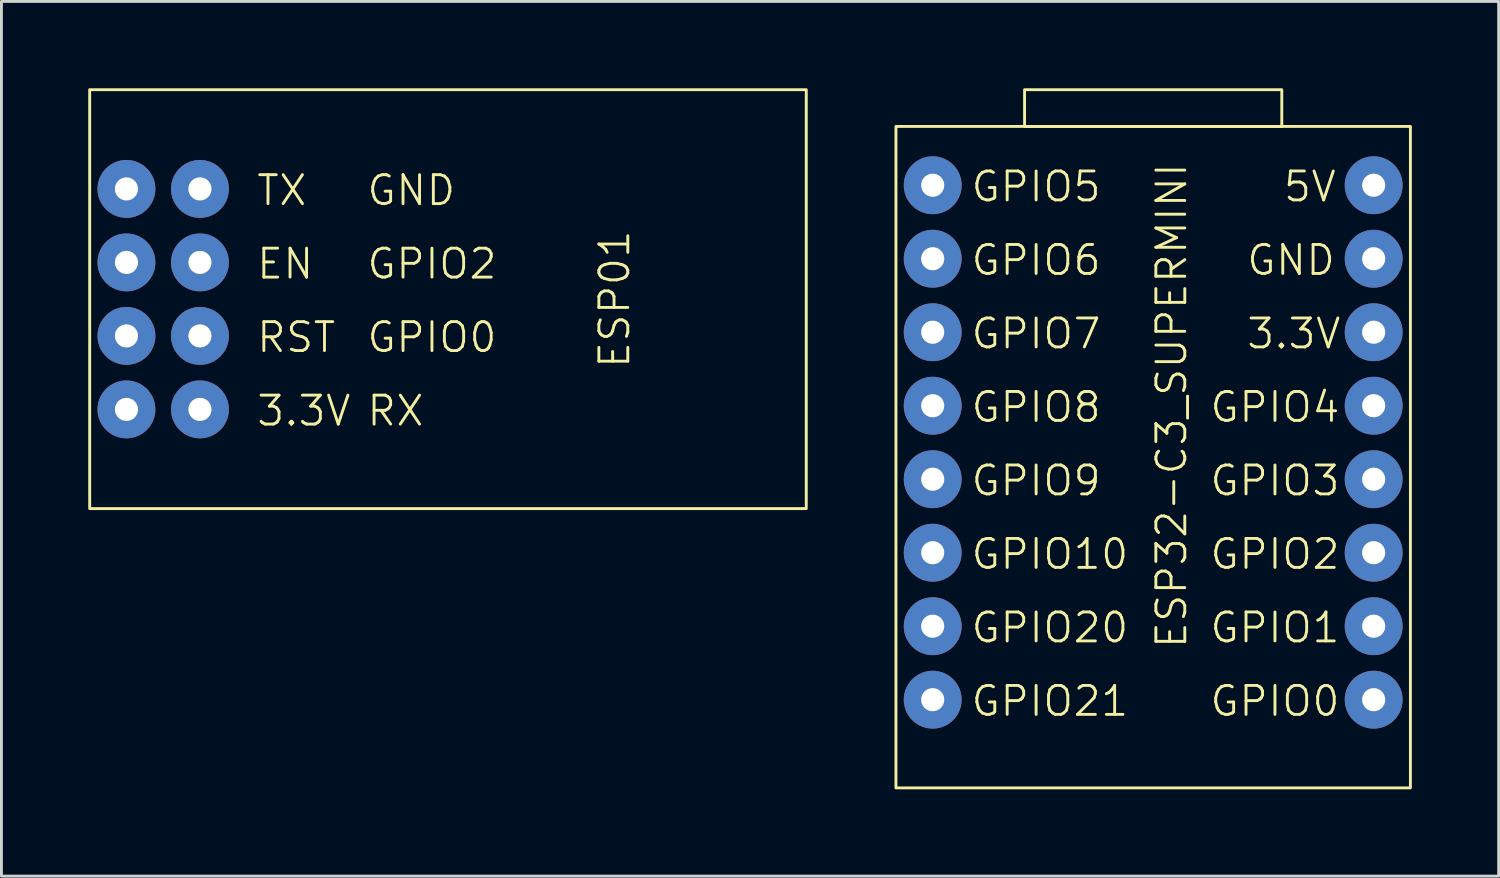
<source format=kicad_pcb>
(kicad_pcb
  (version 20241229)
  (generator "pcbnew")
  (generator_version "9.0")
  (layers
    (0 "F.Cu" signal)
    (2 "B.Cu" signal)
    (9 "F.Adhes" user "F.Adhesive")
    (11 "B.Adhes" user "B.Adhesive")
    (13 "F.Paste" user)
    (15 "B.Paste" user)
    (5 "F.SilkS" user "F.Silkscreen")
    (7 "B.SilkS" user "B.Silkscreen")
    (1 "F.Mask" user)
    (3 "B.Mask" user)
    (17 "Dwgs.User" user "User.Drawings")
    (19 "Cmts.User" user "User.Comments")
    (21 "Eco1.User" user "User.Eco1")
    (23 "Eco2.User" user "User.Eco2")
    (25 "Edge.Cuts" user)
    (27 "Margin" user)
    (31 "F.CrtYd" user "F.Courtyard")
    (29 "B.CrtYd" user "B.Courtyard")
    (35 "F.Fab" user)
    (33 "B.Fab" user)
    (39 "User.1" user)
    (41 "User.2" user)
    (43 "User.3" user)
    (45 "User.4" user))
  (footprint "ESP01"
    (layer "F.Cu")
    (at 2.59 7.289)
    (property "Reference" "ESP01" (at 15.6 0 90) (unlocked yes) (layer "F.SilkS") (effects (font (size 1 1) (thickness 0.1))))
    (attr through_hole)
    (fp_rect (start -2.54 -7.239) (end 22.225 7.239) (stroke (width 0.1) (type default)) (fill no) (layer "F.SilkS"))
    (fp_text user "RX" (at 6.985 4.445 0) (unlocked yes) (layer "F.SilkS") (effects (font (size 1 1) (thickness 0.1)) (justify left bottom)))
    (fp_text user "TX" (at 3.175 -3.175 0) (unlocked yes) (layer "F.SilkS") (effects (font (size 1 1) (thickness 0.1)) (justify left bottom)))
    (fp_text user "GPIO2" (at 6.985 -0.635 0) (unlocked yes) (layer "F.SilkS") (effects (font (size 1 1) (thickness 0.1)) (justify left bottom)))
    (fp_text user "GPIO0" (at 6.985 1.905 0) (unlocked yes) (layer "F.SilkS") (effects (font (size 1 1) (thickness 0.1)) (justify left bottom)))
    (fp_text user "EN" (at 3.175 -0.635 0) (unlocked yes) (layer "F.SilkS") (effects (font (size 1 1) (thickness 0.1)) (justify left bottom)))
    (fp_text user "RST" (at 3.175 1.905 0) (unlocked yes) (layer "F.SilkS") (effects (font (size 1 1) (thickness 0.1)) (justify left bottom)))
    (fp_text user "GND" (at 6.985 -3.175 0) (unlocked yes) (layer "F.SilkS") (effects (font (size 1 1) (thickness 0.1)) (justify left bottom)))
    (fp_text user "3.3V" (at 3.175 4.445 0) (unlocked yes) (layer "F.SilkS") (effects (font (size 1 1) (thickness 0.1)) (justify left bottom)))
    (pad "1" thru_hole circle (at 1.27 -3.81) (size 2 2) (drill 0.8) (layers "*.Cu" "*.Mask"))
    (pad "2" thru_hole circle (at 1.27 -1.27) (size 2 2) (drill 0.8) (layers "*.Cu" "*.Mask"))
    (pad "3" thru_hole circle (at 1.27 1.27) (size 2 2) (drill 0.8) (layers "*.Cu" "*.Mask"))
    (pad "4" thru_hole circle (at 1.27 3.81) (size 2 2) (drill 0.8) (layers "*.Cu" "*.Mask"))
    (pad "5" thru_hole circle (at -1.27 -3.81) (size 2 2) (drill 0.8) (layers "*.Cu" "*.Mask"))
    (pad "6" thru_hole circle (at -1.27 -1.27) (size 2 2) (drill 0.8) (layers "*.Cu" "*.Mask"))
    (pad "7" thru_hole circle (at -1.27 1.27) (size 2 2) (drill 0.8) (layers "*.Cu" "*.Mask"))
    (pad "8" thru_hole circle (at -1.27 3.81) (size 2 2) (drill 0.8) (layers "*.Cu" "*.Mask")))
  (footprint "ESP32-C3_SUPERMINI"
    (layer "F.Cu")
    (at 36.805 12.242)
    (property "Reference" "ESP32-C3_SUPERMINI" (at 0.635 -1.27 90) (unlocked yes) (layer "F.SilkS") (effects (font (size 1 1) (thickness 0.1))))
    (attr through_hole)
    (fp_rect (start -8.89 -10.922) (end 8.89 11.938) (stroke (width 0.1) (type default)) (fill no) (layer "F.SilkS"))
    (fp_rect (start -4.445 -12.192) (end 4.445 -10.922) (stroke (width 0.1) (type default)) (fill no) (layer "F.SilkS"))
    (fp_text user "GPIO20" (at -6.35 6.985 0) (unlocked yes) (layer "F.SilkS") (effects (font (size 1 1) (thickness 0.1)) (justify left bottom)))
    (fp_text user "GPIO6" (at -6.35 -5.715 0) (unlocked yes) (layer "F.SilkS") (effects (font (size 1 1) (thickness 0.1)) (justify left bottom)))
    (fp_text user "GPIO3" (at 1.905 1.905 0) (unlocked yes) (layer "F.SilkS") (effects (font (size 1 1) (thickness 0.1)) (justify left bottom)))
    (fp_text user "GPIO1" (at 1.905 6.985 0) (unlocked yes) (layer "F.SilkS") (effects (font (size 1 1) (thickness 0.1)) (justify left bottom)))
    (fp_text user "5V" (at 4.445 -8.255 0) (unlocked yes) (layer "F.SilkS") (effects (font (size 1 1) (thickness 0.1)) (justify left bottom)))
    (fp_text user "GND" (at 3.175 -5.715 0) (unlocked yes) (layer "F.SilkS") (effects (font (size 1 1) (thickness 0.1)) (justify left bottom)))
    (fp_text user "GPIO8" (at -6.35 -0.635 0) (unlocked yes) (layer "F.SilkS") (effects (font (size 1 1) (thickness 0.1)) (justify left bottom)))
    (fp_text user "GPIO21" (at -6.35 9.525 0) (unlocked yes) (layer "F.SilkS") (effects (font (size 1 1) (thickness 0.1)) (justify left bottom)))
    (fp_text user "GPIO4" (at 1.905 -0.635 0) (unlocked yes) (layer "F.SilkS") (effects (font (size 1 1) (thickness 0.1)) (justify left bottom)))
    (fp_text user "3.3V" (at 3.175 -3.175 0) (unlocked yes) (layer "F.SilkS") (effects (font (size 1 1) (thickness 0.1)) (justify left bottom)))
    (fp_text user "GPIO2" (at 1.905 4.445 0) (unlocked yes) (layer "F.SilkS") (effects (font (size 1 1) (thickness 0.1)) (justify left bottom)))
    (fp_text user "GPIO9" (at -6.35 1.905 0) (unlocked yes) (layer "F.SilkS") (effects (font (size 1 1) (thickness 0.1)) (justify left bottom)))
    (fp_text user "GPIO5" (at -6.35 -8.255 0) (unlocked yes) (layer "F.SilkS") (effects (font (size 1 1) (thickness 0.1)) (justify left bottom)))
    (fp_text user "GPIO7" (at -6.35 -3.175 0) (unlocked yes) (layer "F.SilkS") (effects (font (size 1 1) (thickness 0.1)) (justify left bottom)))
    (fp_text user "GPIO10" (at -6.35 4.445 0) (unlocked yes) (layer "F.SilkS") (effects (font (size 1 1) (thickness 0.1)) (justify left bottom)))
    (fp_text user "GPIO0" (at 1.905 9.525 0) (unlocked yes) (layer "F.SilkS") (effects (font (size 1 1) (thickness 0.1)) (justify left bottom)))
    (pad "1" thru_hole circle (at 7.62 -8.89) (size 2 2) (drill 0.8) (layers "*.Cu" "*.Mask"))
    (pad "2" thru_hole circle (at 7.62 -6.35) (size 2 2) (drill 0.8) (layers "*.Cu" "*.Mask"))
    (pad "3" thru_hole circle (at 7.62 -3.81) (size 2 2) (drill 0.8) (layers "*.Cu" "*.Mask"))
    (pad "4" thru_hole circle (at 7.62 -1.27) (size 2 2) (drill 0.8) (layers "*.Cu" "*.Mask"))
    (pad "5" thru_hole circle (at 7.62 1.27) (size 2 2) (drill 0.8) (layers "*.Cu" "*.Mask"))
    (pad "6" thru_hole circle (at 7.62 3.81) (size 2 2) (drill 0.8) (layers "*.Cu" "*.Mask"))
    (pad "7" thru_hole circle (at 7.62 6.35) (size 2 2) (drill 0.8) (layers "*.Cu" "*.Mask"))
    (pad "8" thru_hole circle (at 7.62 8.89) (size 2 2) (drill 0.8) (layers "*.Cu" "*.Mask"))
    (pad "9" thru_hole circle (at -7.62 -8.89) (size 2 2) (drill 0.8) (layers "*.Cu" "*.Mask"))
    (pad "10" thru_hole circle (at -7.62 -6.35) (size 2 2) (drill 0.8) (layers "*.Cu" "*.Mask"))
    (pad "11" thru_hole circle (at -7.62 -3.81) (size 2 2) (drill 0.8) (layers "*.Cu" "*.Mask"))
    (pad "12" thru_hole circle (at -7.62 -1.27) (size 2 2) (drill 0.8) (layers "*.Cu" "*.Mask"))
    (pad "13" thru_hole circle (at -7.62 1.27) (size 2 2) (drill 0.8) (layers "*.Cu" "*.Mask"))
    (pad "14" thru_hole circle (at -7.62 3.81) (size 2 2) (drill 0.8) (layers "*.Cu" "*.Mask"))
    (pad "15" thru_hole circle (at -7.62 6.35) (size 2 2) (drill 0.8) (layers "*.Cu" "*.Mask"))
    (pad "16" thru_hole circle (at -7.62 8.89) (size 2 2) (drill 0.8) (layers "*.Cu" "*.Mask")))
  (gr_rect
    (start -3 -3)
    (end 48.745 27.23)
    (stroke (width 0.1) (type default))
    (fill no)
    (layer "Edge.Cuts")))
</source>
